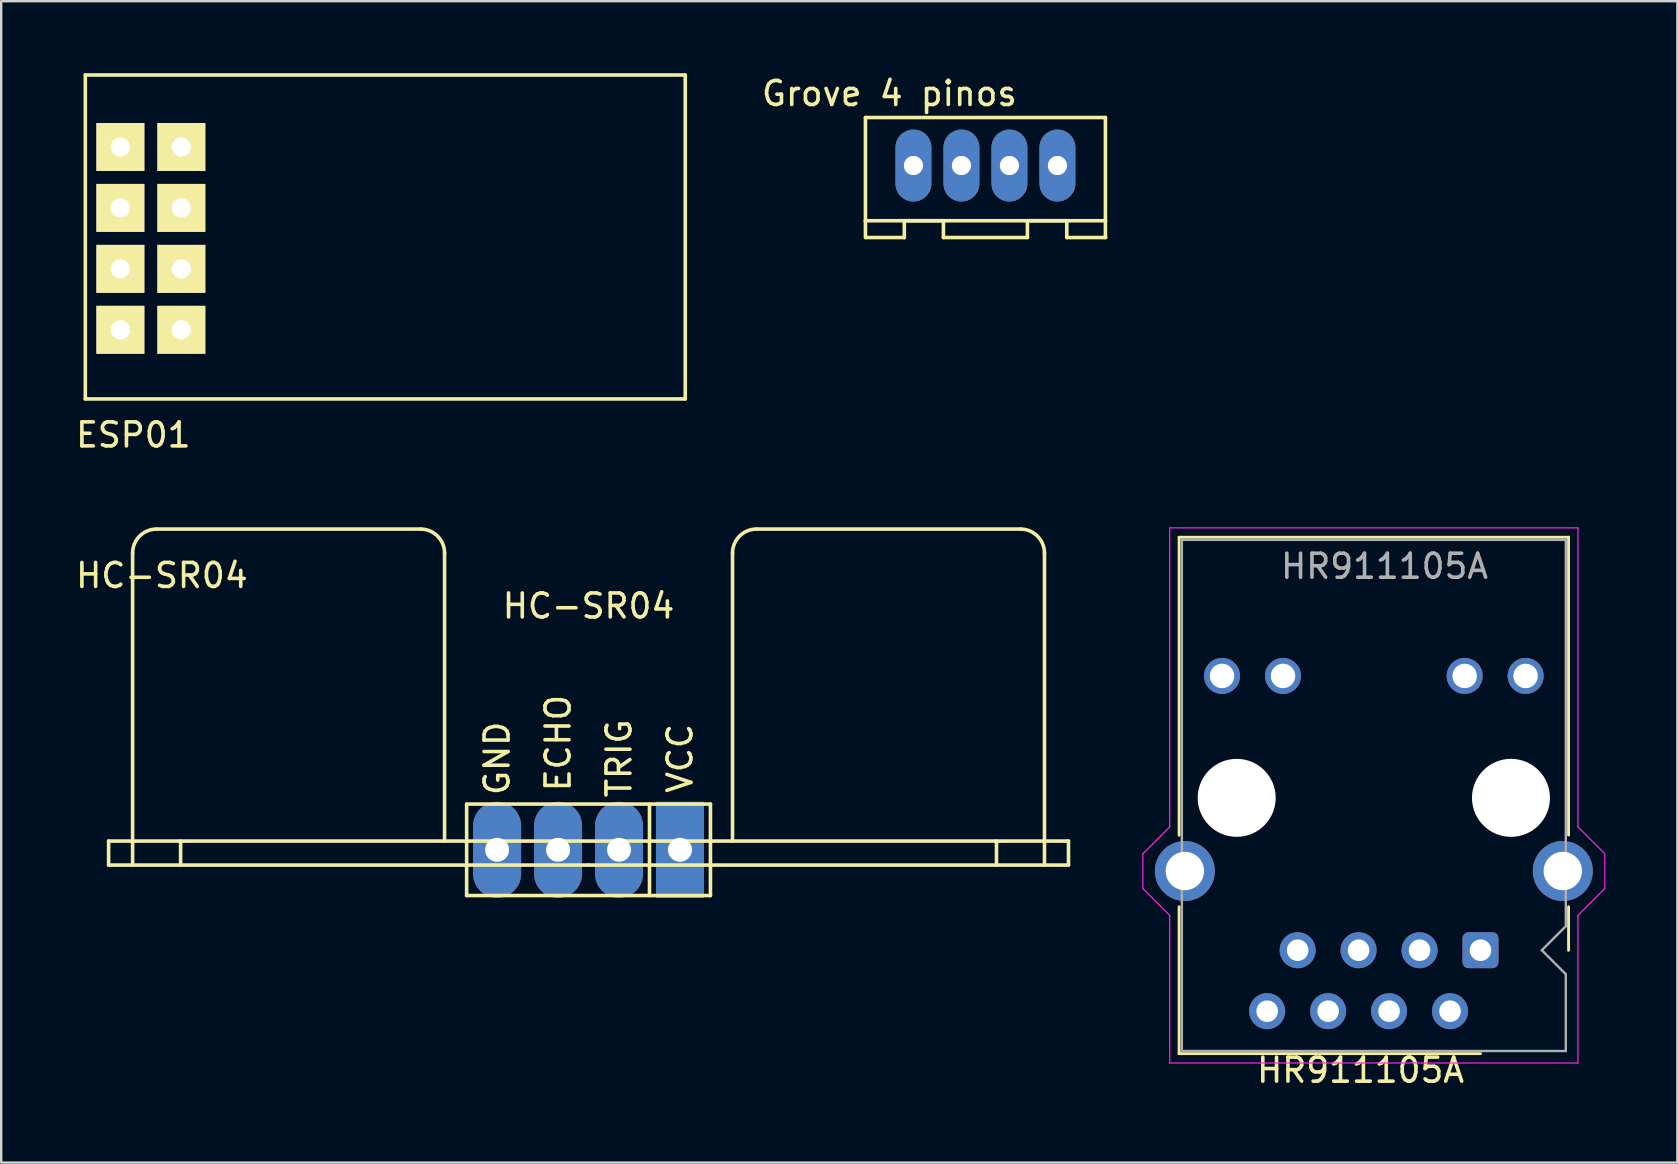
<source format=kicad_pcb>
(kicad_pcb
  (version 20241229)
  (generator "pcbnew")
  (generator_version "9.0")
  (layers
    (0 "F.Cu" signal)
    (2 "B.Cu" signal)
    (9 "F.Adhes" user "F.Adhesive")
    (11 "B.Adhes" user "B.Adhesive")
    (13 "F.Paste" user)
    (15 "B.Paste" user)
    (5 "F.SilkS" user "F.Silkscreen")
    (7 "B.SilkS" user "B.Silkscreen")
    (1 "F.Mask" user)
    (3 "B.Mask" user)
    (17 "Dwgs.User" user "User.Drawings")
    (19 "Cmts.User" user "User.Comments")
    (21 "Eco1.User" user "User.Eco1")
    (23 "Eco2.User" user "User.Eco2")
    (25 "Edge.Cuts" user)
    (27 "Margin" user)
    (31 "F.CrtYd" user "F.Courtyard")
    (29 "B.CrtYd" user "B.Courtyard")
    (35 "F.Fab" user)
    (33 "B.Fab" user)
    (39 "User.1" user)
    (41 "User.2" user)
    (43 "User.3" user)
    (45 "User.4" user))
  (footprint "HC-SR04"
    (layer "F.Cu")
    (at 21.476 32.998)
    (property "Reference" "HC-SR04" (at -17.78 -12.065 0) (layer "F.SilkS") (effects (font (size 1 1) (thickness 0.15))))
    (attr through_hole)
    (fp_line (start -20 -1) (end 20 -1) (stroke (width 0.15) (type solid)) (layer "F.SilkS"))
    (fp_line (start -20 0) (end -20 -1) (stroke (width 0.15) (type solid)) (layer "F.SilkS"))
    (fp_line (start -19 -1) (end -19 -13) (stroke (width 0.15) (type solid)) (layer "F.SilkS"))
    (fp_line (start -19 -1) (end -19 0) (stroke (width 0.15) (type solid)) (layer "F.SilkS"))
    (fp_line (start -18 -14) (end -7 -14) (stroke (width 0.15) (type solid)) (layer "F.SilkS"))
    (fp_line (start -17 -1) (end -17 0) (stroke (width 0.15) (type solid)) (layer "F.SilkS"))
    (fp_line (start -6 -13) (end -6 -1) (stroke (width 0.15) (type solid)) (layer "F.SilkS"))
    (fp_line (start -5.08 -2.54) (end 5.08 -2.54) (stroke (width 0.15) (type solid)) (layer "F.SilkS"))
    (fp_line (start -5.08 1.27) (end -5.08 -2.54) (stroke (width 0.15) (type solid)) (layer "F.SilkS"))
    (fp_line (start 0 0) (end -20 0) (stroke (width 0.15) (type solid)) (layer "F.SilkS"))
    (fp_line (start 0 0) (end 20 0) (stroke (width 0.15) (type solid)) (layer "F.SilkS"))
    (fp_line (start 2.54 -2.54) (end 2.54 1.27) (stroke (width 0.15) (type solid)) (layer "F.SilkS"))
    (fp_line (start 5.08 -2.54) (end 5.08 1.27) (stroke (width 0.15) (type solid)) (layer "F.SilkS"))
    (fp_line (start 5.08 1.27) (end -5.08 1.27) (stroke (width 0.15) (type solid)) (layer "F.SilkS"))
    (fp_line (start 6 -13) (end 6 -1) (stroke (width 0.15) (type solid)) (layer "F.SilkS"))
    (fp_line (start 17 -1) (end 17 0) (stroke (width 0.15) (type solid)) (layer "F.SilkS"))
    (fp_line (start 18 -14) (end 7 -14) (stroke (width 0.15) (type solid)) (layer "F.SilkS"))
    (fp_line (start 19 -13) (end 19 -1) (stroke (width 0.15) (type solid)) (layer "F.SilkS"))
    (fp_line (start 19 -1) (end 19 0) (stroke (width 0.15) (type solid)) (layer "F.SilkS"))
    (fp_line (start 20 -1) (end 20 0) (stroke (width 0.15) (type solid)) (layer "F.SilkS"))
    (fp_arc (start -19 -13) (mid -18.707107 -13.707107) (end -18 -14) (stroke (width 0.15) (type solid)) (layer "F.SilkS"))
    (fp_arc (start -7 -14) (mid -6.292893 -13.707107) (end -6 -13) (stroke (width 0.15) (type solid)) (layer "F.SilkS"))
    (fp_arc (start 6 -13) (mid 6.292893 -13.707107) (end 7 -14) (stroke (width 0.15) (type solid)) (layer "F.SilkS"))
    (fp_arc (start 18 -14) (mid 18.707107 -13.707107) (end 19 -13) (stroke (width 0.15) (type solid)) (layer "F.SilkS"))
    (fp_text user "HC-SR04" (at 0 -10.795 0) (layer "F.SilkS") (effects (font (size 1 1) (thickness 0.15))))
    (fp_text user "VCC" (at 3.81 -4.445 90) (layer "F.SilkS") (effects (font (size 1 1) (thickness 0.15))))
    (fp_text user "GND" (at -3.81 -4.445 90) (layer "F.SilkS") (effects (font (size 1 1) (thickness 0.15))))
    (fp_text user "ECHO" (at -1.27 -5.08 90) (layer "F.SilkS") (effects (font (size 1 1) (thickness 0.15))))
    (fp_text user "TRIG" (at 1.27 -4.445 90) (layer "F.SilkS") (effects (font (size 1 1) (thickness 0.15))))
    (pad "1" thru_hole rect (at 3.81 -0.635) (size 2 4) (drill 1) (layers "*.Cu" "*.Mask"))
    (pad "2" thru_hole oval (at 1.27 -0.635) (size 2 4) (drill 1) (layers "*.Cu" "*.Mask"))
    (pad "3" thru_hole oval (at -1.27 -0.635) (size 2 4) (drill 1) (layers "*.Cu" "*.Mask"))
    (pad "4" thru_hole oval (at -3.81 -0.635) (size 2 4) (drill 1) (layers "*.Cu" "*.Mask")))
  (footprint "ESP01"
    (layer "F.Cu")
    (at 0.506 14.075)
    (property "Reference" "ESP01" (at 2 1 0) (layer "F.SilkS") (effects (font (size 1 1) (thickness 0.15))))
    (attr through_hole)
    (fp_line (start 0 -14) (end 25 -14) (stroke (width 0.15) (type solid)) (layer "F.SilkS"))
    (fp_line (start 0 -0.5) (end 0 -14) (stroke (width 0.15) (type solid)) (layer "F.SilkS"))
    (fp_line (start 0 -0.5) (end 25 -0.5) (stroke (width 0.15) (type solid)) (layer "F.SilkS"))
    (fp_line (start 25 -0.5) (end 25 -14) (stroke (width 0.15) (type solid)) (layer "F.SilkS"))
    (pad "1" thru_hole rect (at 4 -11) (size 2 2) (drill 0.8) (layers "*.Cu" "*.Mask" "F.SilkS"))
    (pad "2" thru_hole rect (at 4 -8.46) (size 2 2) (drill 0.8) (layers "*.Cu" "*.Mask" "F.SilkS"))
    (pad "3" thru_hole rect (at 4 -5.92) (size 2 2) (drill 0.8) (layers "*.Cu" "*.Mask" "F.SilkS"))
    (pad "4" thru_hole rect (at 4 -3.38) (size 2 2) (drill 0.8) (layers "*.Cu" "*.Mask" "F.SilkS"))
    (pad "5" thru_hole rect (at 1.46 -11) (size 2 2) (drill 0.8) (layers "*.Cu" "*.Mask" "F.SilkS"))
    (pad "6" thru_hole rect (at 1.46 -8.46) (size 2 2) (drill 0.8) (layers "*.Cu" "*.Mask" "F.SilkS"))
    (pad "7" thru_hole rect (at 1.46 -5.92) (size 2 2) (drill 0.8) (layers "*.Cu" "*.Mask" "F.SilkS"))
    (pad "8" thru_hole rect (at 1.46 -3.38) (size 2 2) (drill 0.8) (layers "*.Cu" "*.Mask" "F.SilkS")))
  (footprint "Grove 4 pinos"
    (layer "F.Cu")
    (at 38.015 3.848)
    (property "Reference" "Grove 4 pinos" (at -4 -3 0) (layer "F.SilkS") (effects (font (size 1 1) (thickness 0.15))))
    (attr through_hole)
    (fp_line (start -5 -2) (end -5 2.3) (stroke (width 0.15) (type solid)) (layer "F.SilkS"))
    (fp_line (start -5 -2) (end 5 -2) (stroke (width 0.15) (type solid)) (layer "F.SilkS"))
    (fp_line (start -5 2.3) (end -5 3) (stroke (width 0.15) (type solid)) (layer "F.SilkS"))
    (fp_line (start -5 2.3) (end 5 2.3) (stroke (width 0.15) (type solid)) (layer "F.SilkS"))
    (fp_line (start -4.98 3) (end -3.38 3) (stroke (width 0.15) (type solid)) (layer "F.SilkS"))
    (fp_line (start -3.38 2.3) (end -1.75 2.3) (stroke (width 0.15) (type solid)) (layer "F.SilkS"))
    (fp_line (start -3.38 3) (end -3.38 2.3) (stroke (width 0.15) (type solid)) (layer "F.SilkS"))
    (fp_line (start -1.75 2.3) (end -1.75 3) (stroke (width 0.15) (type solid)) (layer "F.SilkS"))
    (fp_line (start 1.75 2.3) (end 1.75 3) (stroke (width 0.15) (type solid)) (layer "F.SilkS"))
    (fp_line (start 1.75 2.3) (end 3.39 2.3) (stroke (width 0.15) (type solid)) (layer "F.SilkS"))
    (fp_line (start 1.75 3) (end -1.75 3) (stroke (width 0.15) (type solid)) (layer "F.SilkS"))
    (fp_line (start 3.39 3) (end 3.39 2.3) (stroke (width 0.15) (type solid)) (layer "F.SilkS"))
    (fp_line (start 5 2.3) (end 5 -2) (stroke (width 0.15) (type solid)) (layer "F.SilkS"))
    (fp_line (start 5 2.3) (end 5 3) (stroke (width 0.15) (type solid)) (layer "F.SilkS"))
    (fp_line (start 5.01 3) (end 3.39 3) (stroke (width 0.15) (type solid)) (layer "F.SilkS"))
    (pad "1" thru_hole oval (at -3 0) (size 1.5 3) (drill 0.8) (layers "*.Cu"))
    (pad "2" thru_hole oval (at -1 0) (size 1.5 3) (drill 0.8) (layers "*.Cu"))
    (pad "3" thru_hole oval (at 1 0) (size 1.5 3) (drill 0.8) (layers "*.Cu"))
    (pad "4" thru_hole oval (at 3 0) (size 1.5 3) (drill 0.8) (layers "*.Cu")))
  (footprint "HR911105A"
    (layer "F.Cu")
    (at 45.692 41.247)
    (property "Reference" "HR911105A" (at 7.954 0.301 180) (layer "F.SilkS") (effects (font (size 1 1) (thickness 0.15))))
    (attr through_hole)
    (fp_line (start 0.394 -21.909) (end 16.624 -21.909) (stroke (width 0.12) (type solid)) (layer "F.SilkS"))
    (fp_line (start 0.394 -9.489) (end 0.394 -21.909) (stroke (width 0.12) (type solid)) (layer "F.SilkS"))
    (fp_line (start 0.394 -0.389) (end 0.394 -6.509) (stroke (width 0.12) (type solid)) (layer "F.SilkS"))
    (fp_line (start 12.954 -0.389) (end 0.394 -0.389) (stroke (width 0.12) (type solid)) (layer "F.SilkS"))
    (fp_line (start 16.624 -9.499) (end 16.624 -21.909) (stroke (width 0.12) (type solid)) (layer "F.SilkS"))
    (fp_line (start 16.624 -4.699) (end 16.624 -6.509) (stroke (width 0.12) (type solid)) (layer "F.SilkS"))
    (fp_line (start -1.116 -8.719) (end -1.116 -7.269) (stroke (width 0.05) (type solid)) (layer "F.CrtYd"))
    (fp_line (start -1.116 -8.719) (end 0.004 -9.839) (stroke (width 0.05) (type solid)) (layer "F.CrtYd"))
    (fp_line (start 0.004 -9.839) (end 0.004 -22.299) (stroke (width 0.05) (type solid)) (layer "F.CrtYd"))
    (fp_line (start 0.004 -6.149) (end -1.116 -7.269) (stroke (width 0.05) (type solid)) (layer "F.CrtYd"))
    (fp_line (start 0.004 -6.149) (end 0.004 0.001) (stroke (width 0.05) (type solid)) (layer "F.CrtYd"))
    (fp_line (start 17.014 -22.299) (end 0.004 -22.299) (stroke (width 0.05) (type solid)) (layer "F.CrtYd"))
    (fp_line (start 17.014 -9.839) (end 17.014 -22.299) (stroke (width 0.05) (type solid)) (layer "F.CrtYd"))
    (fp_line (start 17.014 -6.149) (end 17.014 0.001) (stroke (width 0.05) (type solid)) (layer "F.CrtYd"))
    (fp_line (start 17.014 -6.149) (end 18.134 -7.269) (stroke (width 0.05) (type solid)) (layer "F.CrtYd"))
    (fp_line (start 17.014 0.001) (end 0.004 0.001) (stroke (width 0.05) (type solid)) (layer "F.CrtYd"))
    (fp_line (start 18.134 -8.719) (end 17.014 -9.839) (stroke (width 0.05) (type solid)) (layer "F.CrtYd"))
    (fp_line (start 18.134 -8.719) (end 18.134 -7.269) (stroke (width 0.05) (type solid)) (layer "F.CrtYd"))
    (fp_line (start 0.509 -0.499) (end 0.509 -21.799) (stroke (width 0.1) (type solid)) (layer "F.Fab"))
    (fp_line (start 15.509 -4.699) (end 16.509 -5.699) (stroke (width 0.1) (type solid)) (layer "F.Fab"))
    (fp_line (start 15.509 -4.699) (end 16.509 -3.699) (stroke (width 0.1) (type solid)) (layer "F.Fab"))
    (fp_line (start 16.509 -21.799) (end 0.509 -21.799) (stroke (width 0.1) (type solid)) (layer "F.Fab"))
    (fp_line (start 16.509 -5.699) (end 16.509 -21.799) (stroke (width 0.1) (type solid)) (layer "F.Fab"))
    (fp_line (start 16.509 -0.499) (end 0.509 -0.499) (stroke (width 0.1) (type solid)) (layer "F.Fab"))
    (fp_line (start 16.509 -0.499) (end 16.509 -3.699) (stroke (width 0.1) (type solid)) (layer "F.Fab"))
    (fp_text user "${REFERENCE}" (at 8.954 -20.699 180) (layer "F.Fab") (effects (font (size 1 1) (thickness 0.15))))
    (pad "" np_thru_hole circle (at 2.794 -11.049 180) (size 3.25 3.25) (drill 3.25) (layers "*.Cu" "*.Mask"))
    (pad "" np_thru_hole circle (at 14.224 -11.049 180) (size 3.25 3.25) (drill 3.25) (layers "*.Cu" "*.Mask"))
    (pad "1" thru_hole roundrect (at 12.954 -4.699 180) (size 1.5 1.5) (drill 0.9) (layers "*.Cu" "*.Mask") (roundrect_rratio 0.167))
    (pad "2" thru_hole circle (at 11.684 -2.159 180) (size 1.5 1.5) (drill 0.9) (layers "*.Cu" "*.Mask"))
    (pad "3" thru_hole circle (at 10.414 -4.699 180) (size 1.5 1.5) (drill 0.9) (layers "*.Cu" "*.Mask"))
    (pad "4" thru_hole circle (at 9.144 -2.159 180) (size 1.5 1.5) (drill 0.9) (layers "*.Cu" "*.Mask"))
    (pad "5" thru_hole circle (at 7.874 -4.699 180) (size 1.5 1.5) (drill 0.9) (layers "*.Cu" "*.Mask"))
    (pad "6" thru_hole circle (at 6.604 -2.159 180) (size 1.5 1.5) (drill 0.9) (layers "*.Cu" "*.Mask"))
    (pad "7" thru_hole circle (at 5.334 -4.699 180) (size 1.5 1.5) (drill 0.9) (layers "*.Cu" "*.Mask"))
    (pad "8" thru_hole circle (at 4.064 -2.159 180) (size 1.5 1.5) (drill 0.9) (layers "*.Cu" "*.Mask"))
    (pad "9" thru_hole circle (at 14.834 -16.129 180) (size 1.5 1.5) (drill 1.02) (layers "*.Cu" "*.Mask"))
    (pad "10" thru_hole circle (at 12.294 -16.129 180) (size 1.5 1.5) (drill 1.02) (layers "*.Cu" "*.Mask"))
    (pad "11" thru_hole circle (at 4.724 -16.129 180) (size 1.5 1.5) (drill 1.02) (layers "*.Cu" "*.Mask"))
    (pad "12" thru_hole circle (at 2.184 -16.129 180) (size 1.5 1.5) (drill 1.02) (layers "*.Cu" "*.Mask"))
    (pad "13" thru_hole circle (at 0.634 -7.999 180) (size 2.5 2.5) (drill 1.6) (layers "*.Cu" "*.Mask"))
    (pad "13" thru_hole circle (at 16.384 -7.999 180) (size 2.5 2.5) (drill 1.6) (layers "*.Cu" "*.Mask")))
  (gr_rect
    (start -3 -3)
    (end 66.851 45.397)
    (stroke (width 0.1) (type default))
    (fill no)
    (layer "Edge.Cuts")))
</source>
